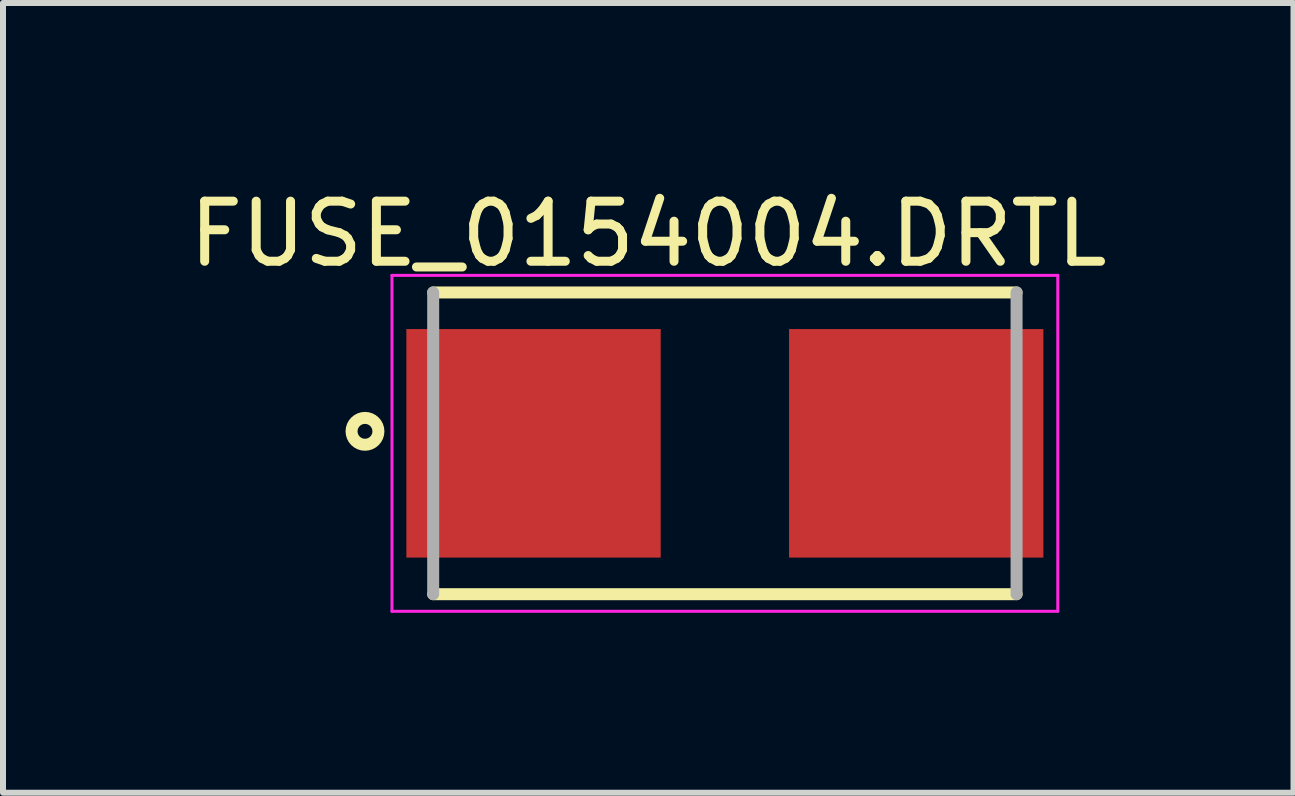
<source format=kicad_pcb>
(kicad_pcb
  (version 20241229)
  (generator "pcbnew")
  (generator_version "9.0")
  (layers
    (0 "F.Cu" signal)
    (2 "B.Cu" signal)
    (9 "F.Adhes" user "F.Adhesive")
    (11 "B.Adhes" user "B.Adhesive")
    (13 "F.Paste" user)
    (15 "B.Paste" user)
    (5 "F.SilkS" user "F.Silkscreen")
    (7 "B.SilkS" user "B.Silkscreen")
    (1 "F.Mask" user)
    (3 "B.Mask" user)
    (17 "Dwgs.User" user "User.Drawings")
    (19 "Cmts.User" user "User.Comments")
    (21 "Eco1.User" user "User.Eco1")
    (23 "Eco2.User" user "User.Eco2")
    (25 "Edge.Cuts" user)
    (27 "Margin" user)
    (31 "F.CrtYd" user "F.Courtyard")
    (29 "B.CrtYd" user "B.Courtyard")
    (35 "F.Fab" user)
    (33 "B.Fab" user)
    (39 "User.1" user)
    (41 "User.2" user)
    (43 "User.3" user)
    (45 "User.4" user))
  (footprint "FUSE_0154004.DRTL"
    (layer "F.Cu")
    (at 9.035 4.341)
    (property "Reference" "FUSE_0154004.DRTL" (at -1.277 -3.491 0) (layer "F.SilkS") (effects (font (size 1.002 1.002) (thickness 0.15))))
    (attr through_hole)
    (fp_line (start -4.863 -2.515) (end 4.863 -2.515) (stroke (width 0.2) (type solid)) (layer "F.SilkS"))
    (fp_line (start 4.863 2.515) (end -4.863 2.515) (stroke (width 0.2) (type solid)) (layer "F.SilkS"))
    (fp_circle (center -6 -0.2) (end -5.776 -0.2) (stroke (width 0.2) (type solid)) (fill no) (layer "F.SilkS"))
    (fp_line (start -5.55 -2.8) (end 5.55 -2.8) (stroke (width 0.05) (type solid)) (layer "F.CrtYd"))
    (fp_line (start -5.55 2.8) (end -5.55 -2.8) (stroke (width 0.05) (type solid)) (layer "F.CrtYd"))
    (fp_line (start 5.55 -2.8) (end 5.55 2.8) (stroke (width 0.05) (type solid)) (layer "F.CrtYd"))
    (fp_line (start 5.55 2.8) (end -5.55 2.8) (stroke (width 0.05) (type solid)) (layer "F.CrtYd"))
    (fp_line (start -4.863 2.515) (end -4.863 -2.515) (stroke (width 0.2) (type solid)) (layer "F.Fab"))
    (fp_line (start 4.863 -2.515) (end 4.863 2.515) (stroke (width 0.2) (type solid)) (layer "F.Fab"))
    (pad "1" smd rect (at -3.19 0) (size 4.24 3.81) (layers "F.Cu" "F.Mask" "F.Paste"))
    (pad "2" smd rect (at 3.19 0) (size 4.24 3.81) (layers "F.Cu" "F.Mask" "F.Paste")))
  (gr_rect
    (start -3 -3)
    (end 18.515 10.166)
    (stroke (width 0.1) (type default))
    (fill no)
    (layer "Edge.Cuts")))
</source>
